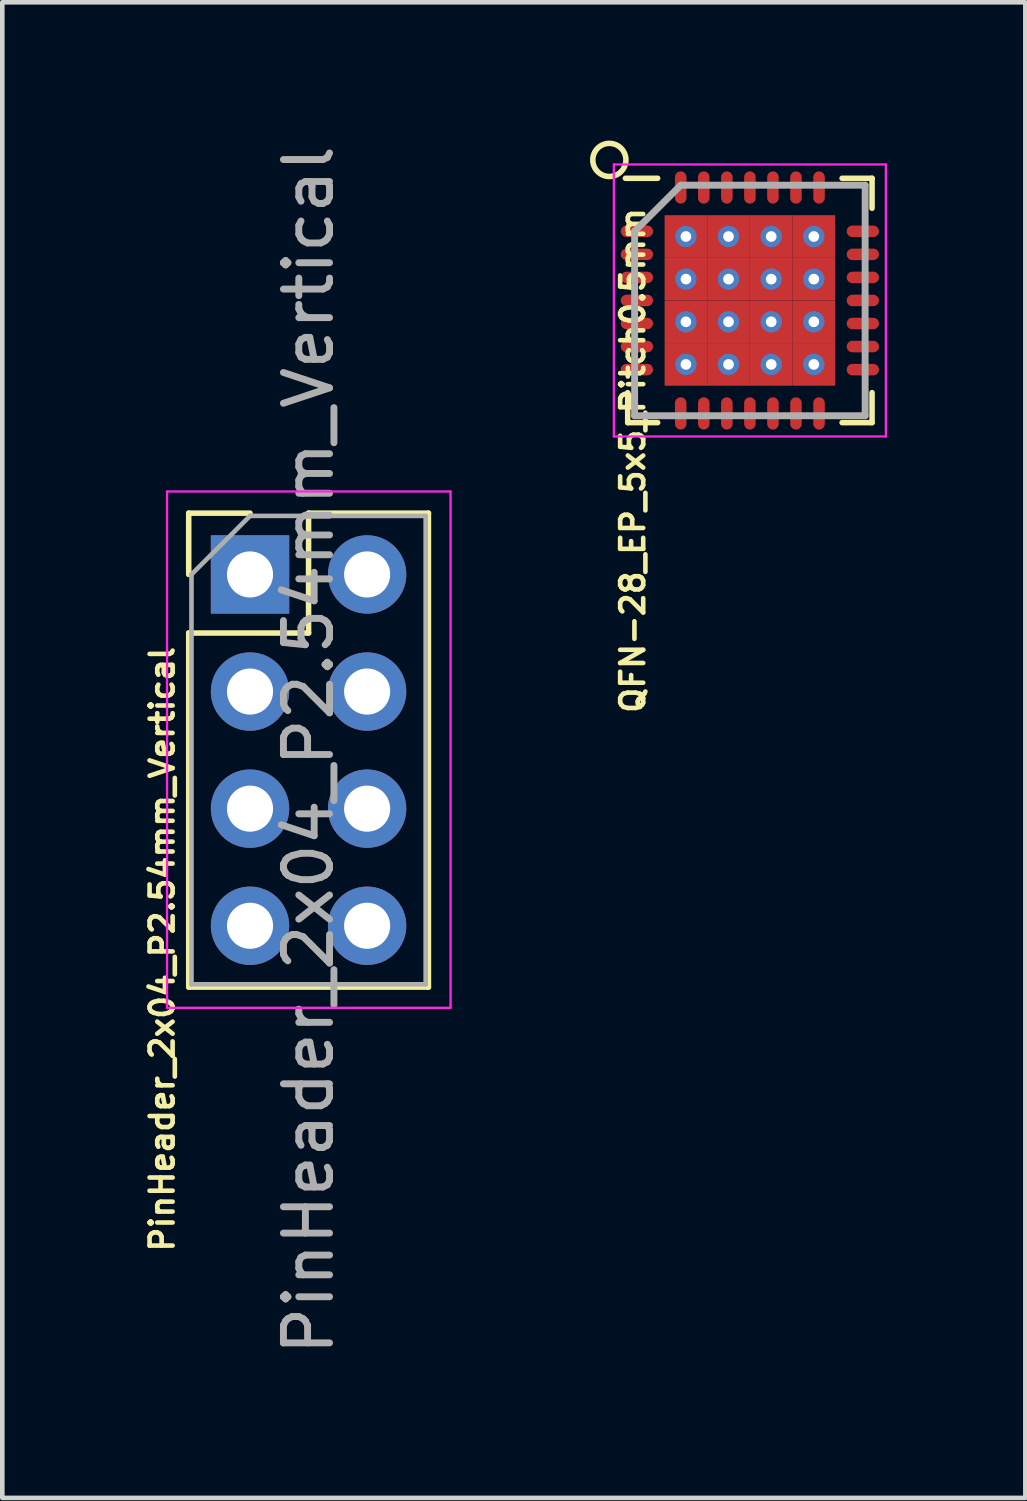
<source format=kicad_pcb>
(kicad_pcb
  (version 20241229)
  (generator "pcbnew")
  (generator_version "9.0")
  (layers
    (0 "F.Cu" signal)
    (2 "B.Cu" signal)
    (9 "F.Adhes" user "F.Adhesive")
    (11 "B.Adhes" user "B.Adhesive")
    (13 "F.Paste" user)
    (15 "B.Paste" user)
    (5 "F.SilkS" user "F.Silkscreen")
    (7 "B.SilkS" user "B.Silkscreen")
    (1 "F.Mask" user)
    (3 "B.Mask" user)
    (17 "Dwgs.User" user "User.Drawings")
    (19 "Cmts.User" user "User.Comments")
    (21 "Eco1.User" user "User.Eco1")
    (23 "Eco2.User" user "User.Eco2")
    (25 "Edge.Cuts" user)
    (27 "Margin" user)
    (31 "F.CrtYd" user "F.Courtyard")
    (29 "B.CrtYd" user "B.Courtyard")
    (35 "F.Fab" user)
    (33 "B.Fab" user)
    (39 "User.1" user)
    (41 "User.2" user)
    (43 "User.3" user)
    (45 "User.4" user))
  (footprint "QFN-28_EP_5x5_Pitch0.5mm"
    (layer "F.Cu")
    (at 13.215 3.467)
    (property "Reference" "QFN-28_EP_5x5_Pitch0.5mm" (at -2.54 3.47 90) (layer "F.SilkS") (effects (font (size 0.5 0.5) (thickness 0.1))))
    (attr smd)
    (fp_line (start -2.65 2.65) (end -2.65 2) (stroke (width 0.12) (type solid)) (layer "F.SilkS"))
    (fp_line (start -2 -2.65) (end -2.7 -2.65) (stroke (width 0.12) (type solid)) (layer "F.SilkS"))
    (fp_line (start -2 2.65) (end -2.65 2.65) (stroke (width 0.12) (type solid)) (layer "F.SilkS"))
    (fp_line (start 2 -2.65) (end 2.65 -2.65) (stroke (width 0.12) (type solid)) (layer "F.SilkS"))
    (fp_line (start 2 2.65) (end 2.65 2.65) (stroke (width 0.12) (type solid)) (layer "F.SilkS"))
    (fp_line (start 2.65 -2.65) (end 2.65 -2) (stroke (width 0.12) (type solid)) (layer "F.SilkS"))
    (fp_line (start 2.65 2.65) (end 2.65 2) (stroke (width 0.12) (type solid)) (layer "F.SilkS"))
    (fp_circle (center -3.048 -3.048) (end -2.794 -2.794) (stroke (width 0.12) (type solid)) (fill no) (layer "F.SilkS"))
    (fp_line (start -2.95 -2.95) (end 2.95 -2.95) (stroke (width 0.05) (type solid)) (layer "F.CrtYd"))
    (fp_line (start -2.95 2.95) (end -2.95 -2.95) (stroke (width 0.05) (type solid)) (layer "F.CrtYd"))
    (fp_line (start 2.95 -2.95) (end 2.95 2.95) (stroke (width 0.05) (type solid)) (layer "F.CrtYd"))
    (fp_line (start 2.95 2.95) (end -2.95 2.95) (stroke (width 0.05) (type solid)) (layer "F.CrtYd"))
    (fp_line (start -2.5 -1.5) (end -2.5 2.5) (stroke (width 0.15) (type solid)) (layer "F.Fab"))
    (fp_line (start -2.5 2.5) (end 2.5 2.5) (stroke (width 0.15) (type solid)) (layer "F.Fab"))
    (fp_line (start -1.5 -2.5) (end -2.5 -1.5) (stroke (width 0.15) (type solid)) (layer "F.Fab"))
    (fp_line (start 2.5 -2.5) (end -1.5 -2.5) (stroke (width 0.15) (type solid)) (layer "F.Fab"))
    (fp_line (start 2.5 2.5) (end 2.5 -2.5) (stroke (width 0.15) (type solid)) (layer "F.Fab"))
    (pad "1" smd oval (at -2.45 -1.5 90) (size 0.25 0.7) (layers "F.Cu" "F.Mask" "F.Paste"))
    (pad "2" smd oval (at -2.45 -1 90) (size 0.25 0.7) (layers "F.Cu" "F.Mask" "F.Paste"))
    (pad "3" smd oval (at -2.45 -0.5 90) (size 0.25 0.7) (layers "F.Cu" "F.Mask" "F.Paste"))
    (pad "4" smd oval (at -2.45 0 90) (size 0.25 0.7) (layers "F.Cu" "F.Mask" "F.Paste"))
    (pad "5" smd oval (at -2.45 0.5 90) (size 0.25 0.7) (layers "F.Cu" "F.Mask" "F.Paste"))
    (pad "6" smd oval (at -2.45 1 90) (size 0.25 0.7) (layers "F.Cu" "F.Mask" "F.Paste"))
    (pad "7" smd oval (at -2.45 1.5 90) (size 0.25 0.7) (layers "F.Cu" "F.Mask" "F.Paste"))
    (pad "8" smd oval (at -1.5 2.45) (size 0.25 0.7) (layers "F.Cu" "F.Mask" "F.Paste"))
    (pad "9" smd oval (at -1 2.45) (size 0.25 0.7) (layers "F.Cu" "F.Mask" "F.Paste"))
    (pad "10" smd oval (at -0.5 2.45) (size 0.25 0.7) (layers "F.Cu" "F.Mask" "F.Paste"))
    (pad "11" smd oval (at 0 2.45) (size 0.25 0.7) (layers "F.Cu" "F.Mask" "F.Paste"))
    (pad "12" smd oval (at 0.5 2.45) (size 0.25 0.7) (layers "F.Cu" "F.Mask" "F.Paste"))
    (pad "13" smd oval (at 1 2.45) (size 0.25 0.7) (layers "F.Cu" "F.Mask" "F.Paste"))
    (pad "14" smd oval (at 1.5 2.45) (size 0.25 0.7) (layers "F.Cu" "F.Mask" "F.Paste"))
    (pad "15" smd oval (at 2.45 1.5 90) (size 0.25 0.7) (layers "F.Cu" "F.Mask" "F.Paste"))
    (pad "16" smd oval (at 2.45 1 90) (size 0.25 0.7) (layers "F.Cu" "F.Mask" "F.Paste"))
    (pad "17" smd oval (at 2.45 0.5 90) (size 0.25 0.7) (layers "F.Cu" "F.Mask" "F.Paste"))
    (pad "18" smd oval (at 2.45 0 90) (size 0.25 0.7) (layers "F.Cu" "F.Mask" "F.Paste"))
    (pad "19" smd oval (at 2.45 -0.5 90) (size 0.25 0.7) (layers "F.Cu" "F.Mask" "F.Paste"))
    (pad "20" smd oval (at 2.45 -1 90) (size 0.25 0.7) (layers "F.Cu" "F.Mask" "F.Paste"))
    (pad "21" smd oval (at 2.45 -1.5 90) (size 0.25 0.7) (layers "F.Cu" "F.Mask" "F.Paste"))
    (pad "22" smd oval (at 1.5 -2.45) (size 0.25 0.7) (layers "F.Cu" "F.Mask" "F.Paste"))
    (pad "23" smd oval (at 1 -2.45) (size 0.25 0.7) (layers "F.Cu" "F.Mask" "F.Paste"))
    (pad "24" smd oval (at 0.5 -2.45) (size 0.25 0.7) (layers "F.Cu" "F.Mask" "F.Paste"))
    (pad "25" smd oval (at 0 -2.45) (size 0.25 0.7) (layers "F.Cu" "F.Mask" "F.Paste"))
    (pad "26" smd oval (at -0.5 -2.45) (size 0.25 0.7) (layers "F.Cu" "F.Mask" "F.Paste"))
    (pad "27" smd oval (at -1 -2.45) (size 0.25 0.7) (layers "F.Cu" "F.Mask" "F.Paste"))
    (pad "28" smd oval (at -1.5 -2.45) (size 0.25 0.7) (layers "F.Cu" "F.Mask" "F.Paste"))
    (pad "29" thru_hole circle (at -1.387 -1.387) (size 0.463 0.463) (drill 0.231) (layers "*.Cu" "*.Mask"))
    (pad "29" smd rect (at -1.387 -1.387) (size 0.925 0.925) (layers "F.Cu" "F.Mask" "F.Paste"))
    (pad "29" thru_hole circle (at -1.387 -0.463) (size 0.463 0.463) (drill 0.231) (layers "*.Cu" "*.Mask"))
    (pad "29" smd rect (at -1.387 -0.463) (size 0.925 0.925) (layers "F.Cu" "F.Mask" "F.Paste"))
    (pad "29" thru_hole circle (at -1.387 0.463) (size 0.463 0.463) (drill 0.231) (layers "*.Cu" "*.Mask"))
    (pad "29" smd rect (at -1.387 0.463) (size 0.925 0.925) (layers "F.Cu" "F.Mask" "F.Paste"))
    (pad "29" thru_hole circle (at -1.387 1.387) (size 0.463 0.463) (drill 0.231) (layers "*.Cu" "*.Mask"))
    (pad "29" smd rect (at -1.387 1.387) (size 0.925 0.925) (layers "F.Cu" "F.Mask" "F.Paste"))
    (pad "29" thru_hole circle (at -0.463 -1.387) (size 0.463 0.463) (drill 0.231) (layers "*.Cu" "*.Mask"))
    (pad "29" smd rect (at -0.463 -1.387) (size 0.925 0.925) (layers "F.Cu" "F.Mask" "F.Paste"))
    (pad "29" thru_hole circle (at -0.463 -0.463) (size 0.463 0.463) (drill 0.231) (layers "*.Cu" "*.Mask"))
    (pad "29" smd rect (at -0.463 -0.463) (size 0.925 0.925) (layers "F.Cu" "F.Mask" "F.Paste"))
    (pad "29" thru_hole circle (at -0.463 0.463) (size 0.463 0.463) (drill 0.231) (layers "*.Cu" "*.Mask"))
    (pad "29" smd rect (at -0.463 0.463) (size 0.925 0.925) (layers "F.Cu" "F.Mask" "F.Paste"))
    (pad "29" thru_hole circle (at -0.463 1.387) (size 0.463 0.463) (drill 0.231) (layers "*.Cu" "*.Mask"))
    (pad "29" smd rect (at -0.463 1.387) (size 0.925 0.925) (layers "F.Cu" "F.Mask" "F.Paste"))
    (pad "29" thru_hole circle (at 0.463 -1.387) (size 0.463 0.463) (drill 0.231) (layers "*.Cu" "*.Mask"))
    (pad "29" smd rect (at 0.463 -1.387) (size 0.925 0.925) (layers "F.Cu" "F.Mask" "F.Paste"))
    (pad "29" thru_hole circle (at 0.463 -0.463) (size 0.463 0.463) (drill 0.231) (layers "*.Cu" "*.Mask"))
    (pad "29" smd rect (at 0.463 -0.463) (size 0.925 0.925) (layers "F.Cu" "F.Mask" "F.Paste"))
    (pad "29" thru_hole circle (at 0.463 0.463) (size 0.463 0.463) (drill 0.231) (layers "*.Cu" "*.Mask"))
    (pad "29" smd rect (at 0.463 0.463) (size 0.925 0.925) (layers "F.Cu" "F.Mask" "F.Paste"))
    (pad "29" thru_hole circle (at 0.463 1.387) (size 0.463 0.463) (drill 0.231) (layers "*.Cu" "*.Mask"))
    (pad "29" smd rect (at 0.463 1.387) (size 0.925 0.925) (layers "F.Cu" "F.Mask" "F.Paste"))
    (pad "29" thru_hole circle (at 1.387 -1.387) (size 0.463 0.463) (drill 0.231) (layers "*.Cu" "*.Mask"))
    (pad "29" smd rect (at 1.387 -1.387) (size 0.925 0.925) (layers "F.Cu" "F.Mask" "F.Paste"))
    (pad "29" thru_hole circle (at 1.387 -0.463) (size 0.463 0.463) (drill 0.231) (layers "*.Cu" "*.Mask"))
    (pad "29" smd rect (at 1.387 -0.463) (size 0.925 0.925) (layers "F.Cu" "F.Mask" "F.Paste"))
    (pad "29" thru_hole circle (at 1.387 0.463) (size 0.463 0.463) (drill 0.231) (layers "*.Cu" "*.Mask"))
    (pad "29" smd rect (at 1.387 0.463) (size 0.925 0.925) (layers "F.Cu" "F.Mask" "F.Paste"))
    (pad "29" thru_hole circle (at 1.387 1.387) (size 0.463 0.463) (drill 0.231) (layers "*.Cu" "*.Mask"))
    (pad "29" smd rect (at 1.387 1.387) (size 0.925 0.925) (layers "F.Cu" "F.Mask" "F.Paste")))
  (footprint "PinHeader_2x04_P2.54mm_Vertical"
    (layer "F.Cu")
    (at 2.373 9.41)
    (property "Reference" "PinHeader_2x04_P2.54mm_Vertical" (at -1.905 8.128 90) (layer "F.SilkS") (effects (font (size 0.5 0.5) (thickness 0.1))))
    (attr through_hole)
    (fp_line (start -1.33 -1.33) (end 0 -1.33) (stroke (width 0.12) (type solid)) (layer "F.SilkS"))
    (fp_line (start -1.33 0) (end -1.33 -1.33) (stroke (width 0.12) (type solid)) (layer "F.SilkS"))
    (fp_line (start -1.33 1.27) (end -1.33 8.95) (stroke (width 0.12) (type solid)) (layer "F.SilkS"))
    (fp_line (start -1.33 1.27) (end 1.27 1.27) (stroke (width 0.12) (type solid)) (layer "F.SilkS"))
    (fp_line (start -1.33 8.95) (end 3.87 8.95) (stroke (width 0.12) (type solid)) (layer "F.SilkS"))
    (fp_line (start 1.27 -1.33) (end 3.87 -1.33) (stroke (width 0.12) (type solid)) (layer "F.SilkS"))
    (fp_line (start 1.27 1.27) (end 1.27 -1.33) (stroke (width 0.12) (type solid)) (layer "F.SilkS"))
    (fp_line (start 3.87 -1.33) (end 3.87 8.95) (stroke (width 0.12) (type solid)) (layer "F.SilkS"))
    (fp_line (start -1.8 -1.8) (end -1.8 9.4) (stroke (width 0.05) (type solid)) (layer "F.CrtYd"))
    (fp_line (start -1.8 9.4) (end 4.35 9.4) (stroke (width 0.05) (type solid)) (layer "F.CrtYd"))
    (fp_line (start 4.35 -1.8) (end -1.8 -1.8) (stroke (width 0.05) (type solid)) (layer "F.CrtYd"))
    (fp_line (start 4.35 9.4) (end 4.35 -1.8) (stroke (width 0.05) (type solid)) (layer "F.CrtYd"))
    (fp_line (start -1.27 0) (end 0 -1.27) (stroke (width 0.1) (type solid)) (layer "F.Fab"))
    (fp_line (start -1.27 8.89) (end -1.27 0) (stroke (width 0.1) (type solid)) (layer "F.Fab"))
    (fp_line (start 0 -1.27) (end 3.81 -1.27) (stroke (width 0.1) (type solid)) (layer "F.Fab"))
    (fp_line (start 3.81 -1.27) (end 3.81 8.89) (stroke (width 0.1) (type solid)) (layer "F.Fab"))
    (fp_line (start 3.81 8.89) (end -1.27 8.89) (stroke (width 0.1) (type solid)) (layer "F.Fab"))
    (fp_text user "${REFERENCE}" (at 1.27 3.81 90) (layer "F.Fab") (effects (font (size 1 1) (thickness 0.15))))
    (pad "1" thru_hole rect (at 0 0) (size 1.7 1.7) (drill 1) (layers "*.Cu" "*.Mask"))
    (pad "2" thru_hole oval (at 2.54 0) (size 1.7 1.7) (drill 1) (layers "*.Cu" "*.Mask"))
    (pad "3" thru_hole oval (at 0 2.54) (size 1.7 1.7) (drill 1) (layers "*.Cu" "*.Mask"))
    (pad "4" thru_hole oval (at 2.54 2.54) (size 1.7 1.7) (drill 1) (layers "*.Cu" "*.Mask"))
    (pad "5" thru_hole oval (at 0 5.08) (size 1.7 1.7) (drill 1) (layers "*.Cu" "*.Mask"))
    (pad "6" thru_hole oval (at 2.54 5.08) (size 1.7 1.7) (drill 1) (layers "*.Cu" "*.Mask"))
    (pad "7" thru_hole oval (at 0 7.62) (size 1.7 1.7) (drill 1) (layers "*.Cu" "*.Mask"))
    (pad "8" thru_hole oval (at 2.54 7.62) (size 1.7 1.7) (drill 1) (layers "*.Cu" "*.Mask")))
  (gr_rect
    (start -3 -3)
    (end 19.19 29.44)
    (stroke (width 0.1) (type default))
    (fill no)
    (layer "Edge.Cuts")))
</source>
